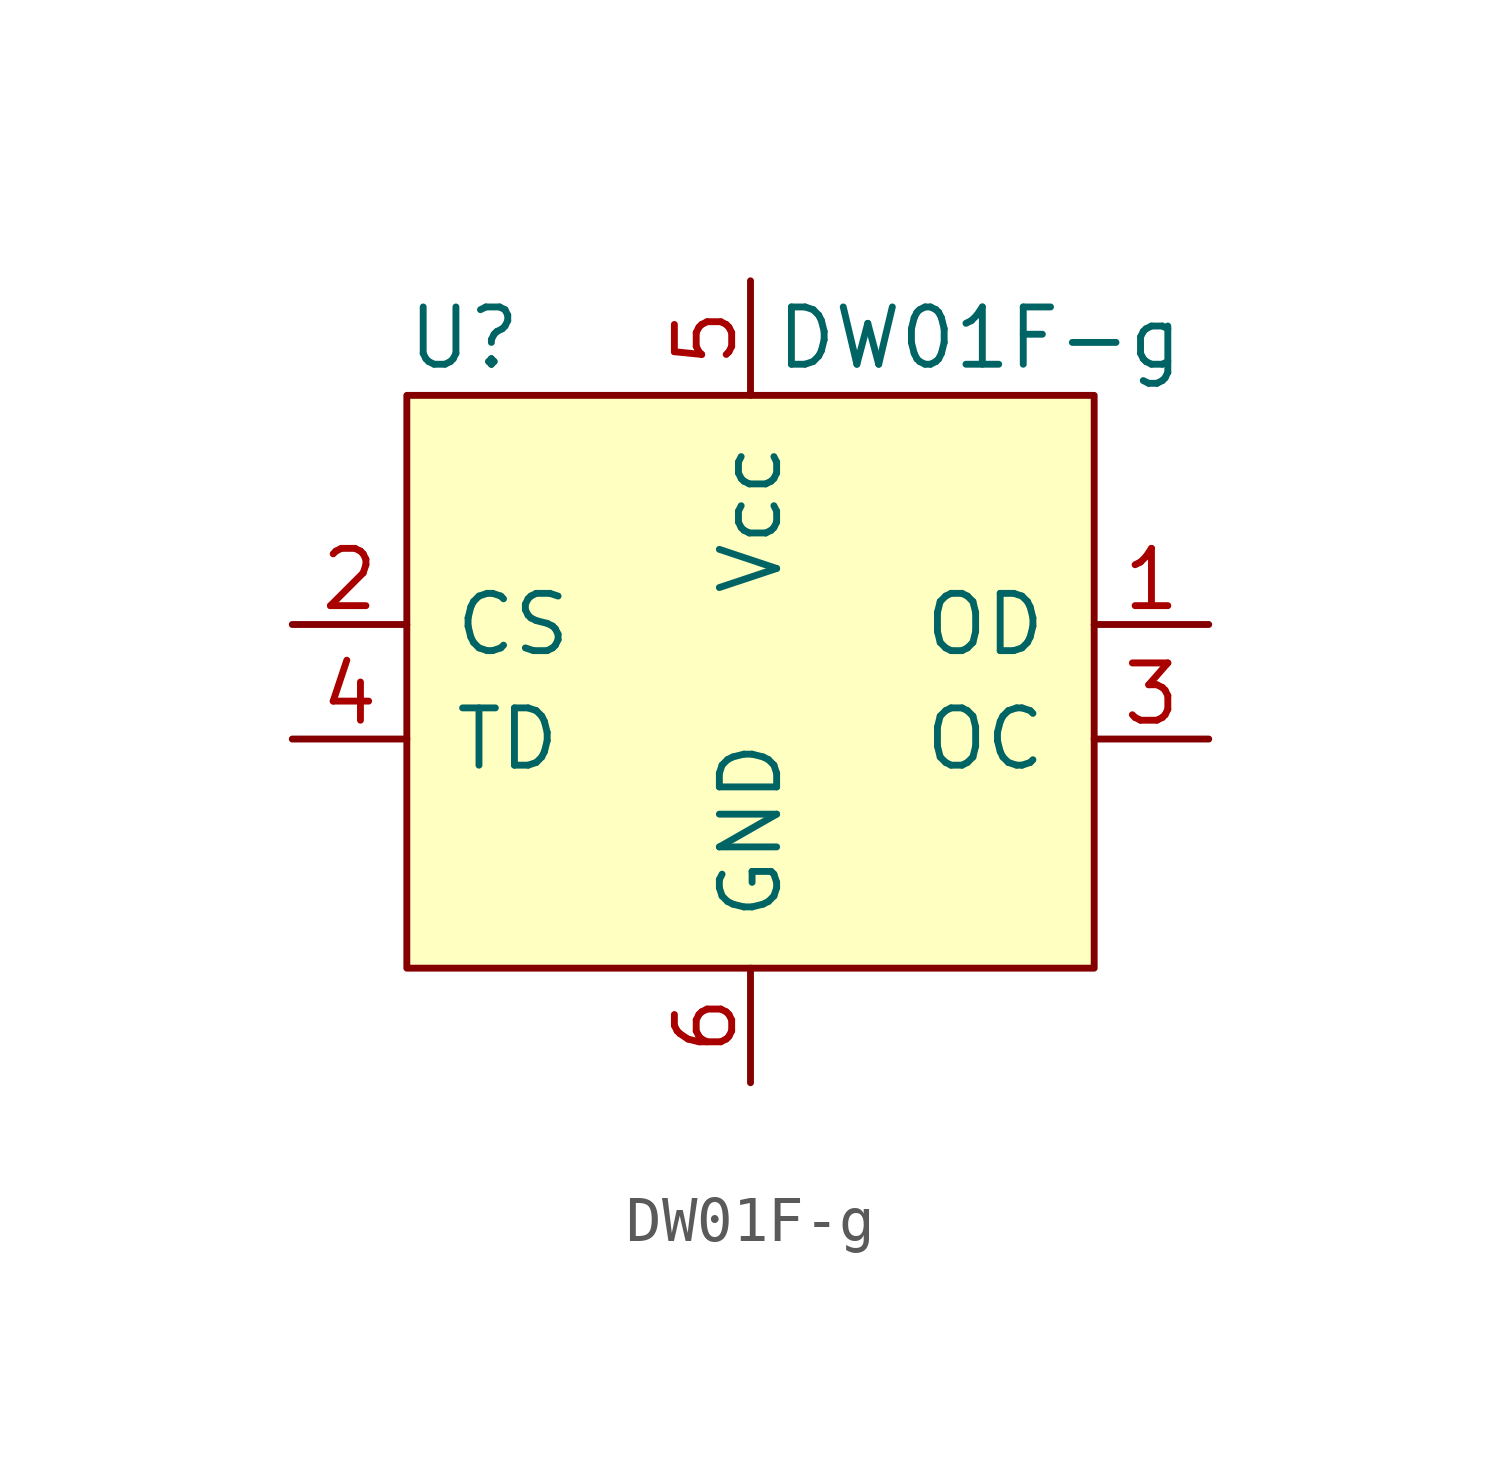
<source format=kicad_sym>
(kicad_symbol_lib
  (version 20211014)
  (generator kicad_symbol_editor)
  (symbol "DW01F-g"
    (pin_names
      (offset 1.016))
    (property "Reference" "U"
      (at -6.35 7.62 0)
      (effects (font (size 1.27 1.27))))
    (property "Value" "DW01F-g"
      (at 5.08 7.62 0)
      (effects (font (size 1.27 1.27))))
    (symbol "DW01F-g_0_1"
      (rectangle (start -7.62 -6.35) (end 7.62 6.35) (stroke (width 0) (type default) (color 0 0 0 0)) (fill (type background))))
    (symbol "DW01F-g_1_1"
      (pin output line (at 10.16 1.27 180) (length 2.54) (name "OD" (effects (font (size 1.27 1.27)))) (number "1" (effects (font (size 1.27 1.27)))))
      (pin input line (at -10.16 1.27 0) (length 2.54) (name "CS" (effects (font (size 1.27 1.27)))) (number "2" (effects (font (size 1.27 1.27)))))
      (pin output line (at 10.16 -1.27 180) (length 2.54) (name "OC" (effects (font (size 1.27 1.27)))) (number "3" (effects (font (size 1.27 1.27)))))
      (pin input line (at -10.16 -1.27 0) (length 2.54) (name "TD" (effects (font (size 1.27 1.27)))) (number "4" (effects (font (size 1.27 1.27)))))
      (pin power_in line (at 0 8.89 270) (length 2.54) (name "Vcc" (effects (font (size 1.27 1.27)))) (number "5" (effects (font (size 1.27 1.27)))))
      (pin power_in line (at 0 -8.89 90) (length 2.54) (name "GND" (effects (font (size 1.27 1.27)))) (number "6" (effects (font (size 1.27 1.27))))))))
</source>
